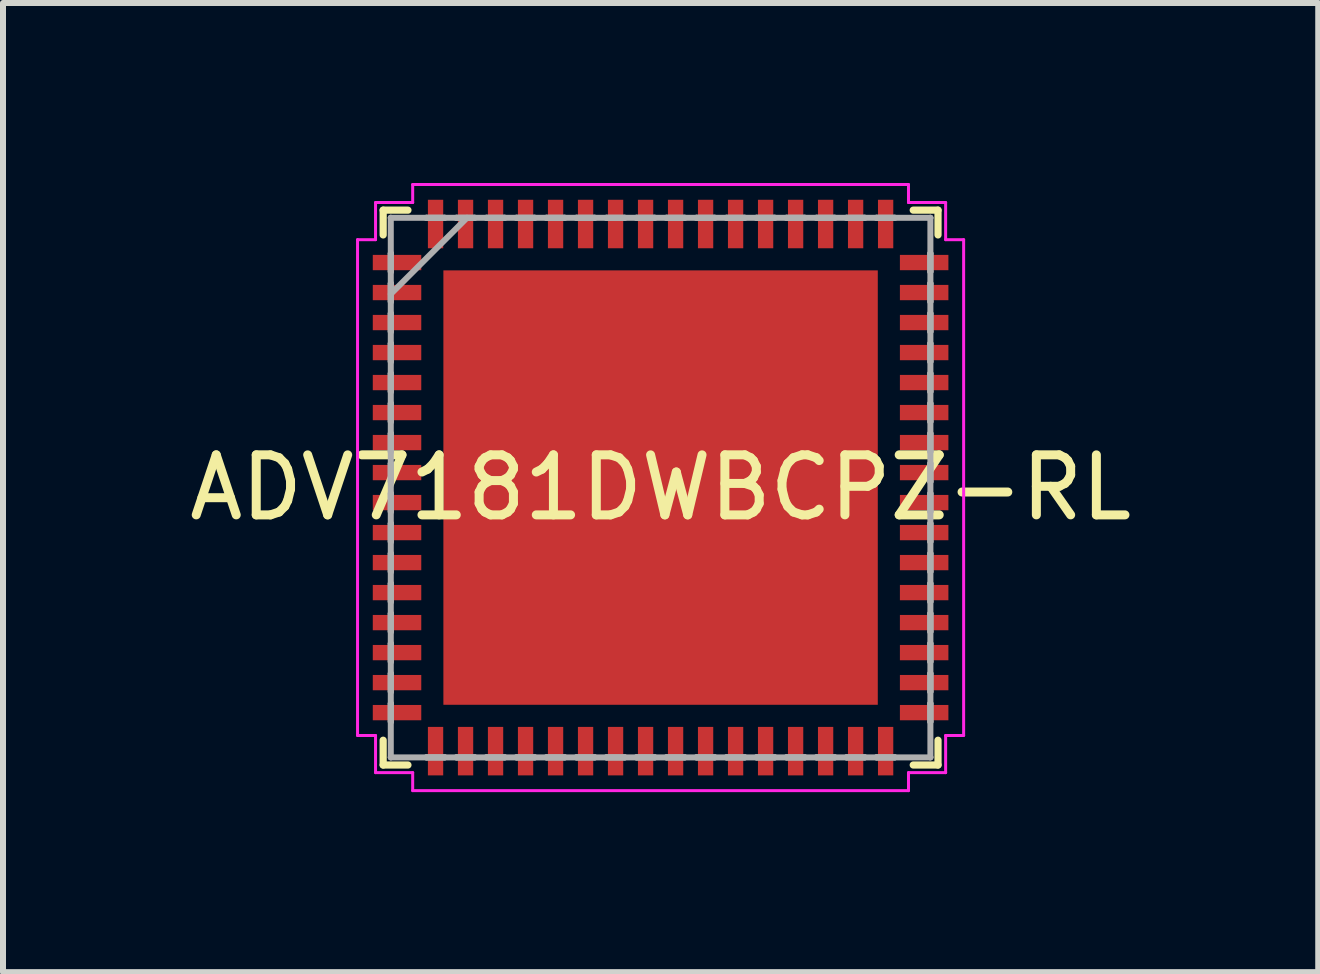
<source format=kicad_pcb>
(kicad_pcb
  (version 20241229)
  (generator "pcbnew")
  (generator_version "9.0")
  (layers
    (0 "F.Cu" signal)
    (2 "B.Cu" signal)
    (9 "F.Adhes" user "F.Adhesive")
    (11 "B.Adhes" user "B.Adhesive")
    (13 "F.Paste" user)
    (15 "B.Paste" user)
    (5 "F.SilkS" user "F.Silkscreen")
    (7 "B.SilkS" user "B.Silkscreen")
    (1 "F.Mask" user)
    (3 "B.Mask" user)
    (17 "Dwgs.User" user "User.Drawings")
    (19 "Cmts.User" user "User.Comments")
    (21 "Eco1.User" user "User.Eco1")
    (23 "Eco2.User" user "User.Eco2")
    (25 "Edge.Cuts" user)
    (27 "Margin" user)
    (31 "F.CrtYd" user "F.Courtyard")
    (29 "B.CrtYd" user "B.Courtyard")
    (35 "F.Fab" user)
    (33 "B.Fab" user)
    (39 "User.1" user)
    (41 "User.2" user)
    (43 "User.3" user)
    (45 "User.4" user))
  (footprint "ADV7181DWBCPZ-RL"
    (layer "F.Cu")
    (at 7.958 5.075)
    (property "Reference" "ADV7181DWBCPZ-RL" (at 0 0 0) (layer "F.SilkS") (effects (font (size 1 1) (thickness 0.15))))
    (attr through_hole)
    (fp_line (start -4.623 -4.623) (end -4.623 -4.21) (stroke (width 0.12) (type solid)) (layer "F.SilkS"))
    (fp_line (start -4.623 4.21) (end -4.623 4.623) (stroke (width 0.12) (type solid)) (layer "F.SilkS"))
    (fp_line (start -4.623 4.623) (end -4.21 4.623) (stroke (width 0.12) (type solid)) (layer "F.SilkS"))
    (fp_line (start -4.21 -4.623) (end -4.623 -4.623) (stroke (width 0.12) (type solid)) (layer "F.SilkS"))
    (fp_line (start 4.21 4.623) (end 4.623 4.623) (stroke (width 0.12) (type solid)) (layer "F.SilkS"))
    (fp_line (start 4.623 -4.623) (end 4.21 -4.623) (stroke (width 0.12) (type solid)) (layer "F.SilkS"))
    (fp_line (start 4.623 -4.21) (end 4.623 -4.623) (stroke (width 0.12) (type solid)) (layer "F.SilkS"))
    (fp_line (start 4.623 4.623) (end 4.623 4.21) (stroke (width 0.12) (type solid)) (layer "F.SilkS"))
    (fp_poly (pts (xy -3.519 -3.519) (xy -3.519 -2.272) (xy -2.272 -2.272) (xy -2.272 -3.519)) (stroke (width 0.1) (type solid)) (fill yes) (layer "F.Paste"))
    (fp_poly (pts (xy -3.519 -2.072) (xy -3.519 -0.824) (xy -2.272 -0.824) (xy -2.272 -2.072)) (stroke (width 0.1) (type solid)) (fill yes) (layer "F.Paste"))
    (fp_poly (pts (xy -3.519 -0.624) (xy -3.519 0.624) (xy -2.272 0.624) (xy -2.272 -0.624)) (stroke (width 0.1) (type solid)) (fill yes) (layer "F.Paste"))
    (fp_poly (pts (xy -3.519 0.824) (xy -3.519 2.072) (xy -2.272 2.072) (xy -2.272 0.824)) (stroke (width 0.1) (type solid)) (fill yes) (layer "F.Paste"))
    (fp_poly (pts (xy -3.519 2.272) (xy -3.519 3.519) (xy -2.272 3.519) (xy -2.272 2.272)) (stroke (width 0.1) (type solid)) (fill yes) (layer "F.Paste"))
    (fp_poly (pts (xy -2.072 -3.519) (xy -2.072 -2.272) (xy -0.824 -2.272) (xy -0.824 -3.519)) (stroke (width 0.1) (type solid)) (fill yes) (layer "F.Paste"))
    (fp_poly (pts (xy -2.072 -2.072) (xy -2.072 -0.824) (xy -0.824 -0.824) (xy -0.824 -2.072)) (stroke (width 0.1) (type solid)) (fill yes) (layer "F.Paste"))
    (fp_poly (pts (xy -2.072 -0.624) (xy -2.072 0.624) (xy -0.824 0.624) (xy -0.824 -0.624)) (stroke (width 0.1) (type solid)) (fill yes) (layer "F.Paste"))
    (fp_poly (pts (xy -2.072 0.824) (xy -2.072 2.072) (xy -0.824 2.072) (xy -0.824 0.824)) (stroke (width 0.1) (type solid)) (fill yes) (layer "F.Paste"))
    (fp_poly (pts (xy -2.072 2.272) (xy -2.072 3.519) (xy -0.824 3.519) (xy -0.824 2.272)) (stroke (width 0.1) (type solid)) (fill yes) (layer "F.Paste"))
    (fp_poly (pts (xy -0.624 -3.519) (xy -0.624 -2.272) (xy 0.624 -2.272) (xy 0.624 -3.519)) (stroke (width 0.1) (type solid)) (fill yes) (layer "F.Paste"))
    (fp_poly (pts (xy -0.624 -2.072) (xy -0.624 -0.824) (xy 0.624 -0.824) (xy 0.624 -2.072)) (stroke (width 0.1) (type solid)) (fill yes) (layer "F.Paste"))
    (fp_poly (pts (xy -0.624 -0.624) (xy -0.624 0.624) (xy 0.624 0.624) (xy 0.624 -0.624)) (stroke (width 0.1) (type solid)) (fill yes) (layer "F.Paste"))
    (fp_poly (pts (xy -0.624 0.824) (xy -0.624 2.072) (xy 0.624 2.072) (xy 0.624 0.824)) (stroke (width 0.1) (type solid)) (fill yes) (layer "F.Paste"))
    (fp_poly (pts (xy -0.624 2.272) (xy -0.624 3.519) (xy 0.624 3.519) (xy 0.624 2.272)) (stroke (width 0.1) (type solid)) (fill yes) (layer "F.Paste"))
    (fp_poly (pts (xy 0.824 -3.519) (xy 0.824 -2.272) (xy 2.072 -2.272) (xy 2.072 -3.519)) (stroke (width 0.1) (type solid)) (fill yes) (layer "F.Paste"))
    (fp_poly (pts (xy 0.824 -2.072) (xy 0.824 -0.824) (xy 2.072 -0.824) (xy 2.072 -2.072)) (stroke (width 0.1) (type solid)) (fill yes) (layer "F.Paste"))
    (fp_poly (pts (xy 0.824 -0.624) (xy 0.824 0.624) (xy 2.072 0.624) (xy 2.072 -0.624)) (stroke (width 0.1) (type solid)) (fill yes) (layer "F.Paste"))
    (fp_poly (pts (xy 0.824 0.824) (xy 0.824 2.072) (xy 2.072 2.072) (xy 2.072 0.824)) (stroke (width 0.1) (type solid)) (fill yes) (layer "F.Paste"))
    (fp_poly (pts (xy 0.824 2.272) (xy 0.824 3.519) (xy 2.072 3.519) (xy 2.072 2.272)) (stroke (width 0.1) (type solid)) (fill yes) (layer "F.Paste"))
    (fp_poly (pts (xy 2.272 -3.519) (xy 2.272 -2.272) (xy 3.519 -2.272) (xy 3.519 -3.519)) (stroke (width 0.1) (type solid)) (fill yes) (layer "F.Paste"))
    (fp_poly (pts (xy 2.272 -2.072) (xy 2.272 -0.824) (xy 3.519 -0.824) (xy 3.519 -2.072)) (stroke (width 0.1) (type solid)) (fill yes) (layer "F.Paste"))
    (fp_poly (pts (xy 2.272 -0.624) (xy 2.272 0.624) (xy 3.519 0.624) (xy 3.519 -0.624)) (stroke (width 0.1) (type solid)) (fill yes) (layer "F.Paste"))
    (fp_poly (pts (xy 2.272 0.824) (xy 2.272 2.072) (xy 3.519 2.072) (xy 3.519 0.824)) (stroke (width 0.1) (type solid)) (fill yes) (layer "F.Paste"))
    (fp_poly (pts (xy 2.272 2.272) (xy 2.272 3.519) (xy 3.519 3.519) (xy 3.519 2.272)) (stroke (width 0.1) (type solid)) (fill yes) (layer "F.Paste"))
    (fp_line (start -5.05 -4.131) (end -4.75 -4.131) (stroke (width 0.05) (type solid)) (layer "F.CrtYd"))
    (fp_line (start -5.05 4.131) (end -5.05 -4.131) (stroke (width 0.05) (type solid)) (layer "F.CrtYd"))
    (fp_line (start -4.75 -4.75) (end -4.131 -4.75) (stroke (width 0.05) (type solid)) (layer "F.CrtYd"))
    (fp_line (start -4.75 -4.131) (end -4.75 -4.75) (stroke (width 0.05) (type solid)) (layer "F.CrtYd"))
    (fp_line (start -4.75 4.131) (end -5.05 4.131) (stroke (width 0.05) (type solid)) (layer "F.CrtYd"))
    (fp_line (start -4.75 4.75) (end -4.75 4.131) (stroke (width 0.05) (type solid)) (layer "F.CrtYd"))
    (fp_line (start -4.131 -5.05) (end 4.131 -5.05) (stroke (width 0.05) (type solid)) (layer "F.CrtYd"))
    (fp_line (start -4.131 -4.75) (end -4.131 -5.05) (stroke (width 0.05) (type solid)) (layer "F.CrtYd"))
    (fp_line (start -4.131 4.75) (end -4.75 4.75) (stroke (width 0.05) (type solid)) (layer "F.CrtYd"))
    (fp_line (start -4.131 5.05) (end -4.131 4.75) (stroke (width 0.05) (type solid)) (layer "F.CrtYd"))
    (fp_line (start 4.131 -5.05) (end 4.131 -4.75) (stroke (width 0.05) (type solid)) (layer "F.CrtYd"))
    (fp_line (start 4.131 -4.75) (end 4.75 -4.75) (stroke (width 0.05) (type solid)) (layer "F.CrtYd"))
    (fp_line (start 4.131 4.75) (end 4.131 5.05) (stroke (width 0.05) (type solid)) (layer "F.CrtYd"))
    (fp_line (start 4.131 5.05) (end -4.131 5.05) (stroke (width 0.05) (type solid)) (layer "F.CrtYd"))
    (fp_line (start 4.75 -4.75) (end 4.75 -4.131) (stroke (width 0.05) (type solid)) (layer "F.CrtYd"))
    (fp_line (start 4.75 -4.131) (end 5.05 -4.131) (stroke (width 0.05) (type solid)) (layer "F.CrtYd"))
    (fp_line (start 4.75 4.131) (end 4.75 4.75) (stroke (width 0.05) (type solid)) (layer "F.CrtYd"))
    (fp_line (start 4.75 4.75) (end 4.131 4.75) (stroke (width 0.05) (type solid)) (layer "F.CrtYd"))
    (fp_line (start 5.05 -4.131) (end 5.05 4.131) (stroke (width 0.05) (type solid)) (layer "F.CrtYd"))
    (fp_line (start 5.05 4.131) (end 4.75 4.131) (stroke (width 0.05) (type solid)) (layer "F.CrtYd"))
    (fp_line (start -4.496 -4.496) (end -4.496 -4.496) (stroke (width 0.1) (type solid)) (layer "F.Fab"))
    (fp_line (start -4.496 -4.496) (end -4.496 4.496) (stroke (width 0.1) (type solid)) (layer "F.Fab"))
    (fp_line (start -4.496 -3.902) (end -4.496 -3.902) (stroke (width 0.1) (type solid)) (layer "F.Fab"))
    (fp_line (start -4.496 -3.902) (end -4.496 -3.598) (stroke (width 0.1) (type solid)) (layer "F.Fab"))
    (fp_line (start -4.496 -3.598) (end -4.496 -3.902) (stroke (width 0.1) (type solid)) (layer "F.Fab"))
    (fp_line (start -4.496 -3.598) (end -4.496 -3.598) (stroke (width 0.1) (type solid)) (layer "F.Fab"))
    (fp_line (start -4.496 -3.402) (end -4.496 -3.402) (stroke (width 0.1) (type solid)) (layer "F.Fab"))
    (fp_line (start -4.496 -3.402) (end -4.496 -3.098) (stroke (width 0.1) (type solid)) (layer "F.Fab"))
    (fp_line (start -4.496 -3.226) (end -3.226 -4.496) (stroke (width 0.1) (type solid)) (layer "F.Fab"))
    (fp_line (start -4.496 -3.098) (end -4.496 -3.402) (stroke (width 0.1) (type solid)) (layer "F.Fab"))
    (fp_line (start -4.496 -3.098) (end -4.496 -3.098) (stroke (width 0.1) (type solid)) (layer "F.Fab"))
    (fp_line (start -4.496 -2.902) (end -4.496 -2.902) (stroke (width 0.1) (type solid)) (layer "F.Fab"))
    (fp_line (start -4.496 -2.902) (end -4.496 -2.598) (stroke (width 0.1) (type solid)) (layer "F.Fab"))
    (fp_line (start -4.496 -2.598) (end -4.496 -2.902) (stroke (width 0.1) (type solid)) (layer "F.Fab"))
    (fp_line (start -4.496 -2.598) (end -4.496 -2.598) (stroke (width 0.1) (type solid)) (layer "F.Fab"))
    (fp_line (start -4.496 -2.402) (end -4.496 -2.402) (stroke (width 0.1) (type solid)) (layer "F.Fab"))
    (fp_line (start -4.496 -2.402) (end -4.496 -2.098) (stroke (width 0.1) (type solid)) (layer "F.Fab"))
    (fp_line (start -4.496 -2.098) (end -4.496 -2.402) (stroke (width 0.1) (type solid)) (layer "F.Fab"))
    (fp_line (start -4.496 -2.098) (end -4.496 -2.098) (stroke (width 0.1) (type solid)) (layer "F.Fab"))
    (fp_line (start -4.496 -1.902) (end -4.496 -1.902) (stroke (width 0.1) (type solid)) (layer "F.Fab"))
    (fp_line (start -4.496 -1.902) (end -4.496 -1.598) (stroke (width 0.1) (type solid)) (layer "F.Fab"))
    (fp_line (start -4.496 -1.598) (end -4.496 -1.902) (stroke (width 0.1) (type solid)) (layer "F.Fab"))
    (fp_line (start -4.496 -1.598) (end -4.496 -1.598) (stroke (width 0.1) (type solid)) (layer "F.Fab"))
    (fp_line (start -4.496 -1.402) (end -4.496 -1.402) (stroke (width 0.1) (type solid)) (layer "F.Fab"))
    (fp_line (start -4.496 -1.402) (end -4.496 -1.098) (stroke (width 0.1) (type solid)) (layer "F.Fab"))
    (fp_line (start -4.496 -1.098) (end -4.496 -1.402) (stroke (width 0.1) (type solid)) (layer "F.Fab"))
    (fp_line (start -4.496 -1.098) (end -4.496 -1.098) (stroke (width 0.1) (type solid)) (layer "F.Fab"))
    (fp_line (start -4.496 -0.902) (end -4.496 -0.902) (stroke (width 0.1) (type solid)) (layer "F.Fab"))
    (fp_line (start -4.496 -0.902) (end -4.496 -0.598) (stroke (width 0.1) (type solid)) (layer "F.Fab"))
    (fp_line (start -4.496 -0.598) (end -4.496 -0.902) (stroke (width 0.1) (type solid)) (layer "F.Fab"))
    (fp_line (start -4.496 -0.598) (end -4.496 -0.598) (stroke (width 0.1) (type solid)) (layer "F.Fab"))
    (fp_line (start -4.496 -0.402) (end -4.496 -0.402) (stroke (width 0.1) (type solid)) (layer "F.Fab"))
    (fp_line (start -4.496 -0.402) (end -4.496 -0.098) (stroke (width 0.1) (type solid)) (layer "F.Fab"))
    (fp_line (start -4.496 -0.098) (end -4.496 -0.402) (stroke (width 0.1) (type solid)) (layer "F.Fab"))
    (fp_line (start -4.496 -0.098) (end -4.496 -0.098) (stroke (width 0.1) (type solid)) (layer "F.Fab"))
    (fp_line (start -4.496 0.098) (end -4.496 0.098) (stroke (width 0.1) (type solid)) (layer "F.Fab"))
    (fp_line (start -4.496 0.098) (end -4.496 0.402) (stroke (width 0.1) (type solid)) (layer "F.Fab"))
    (fp_line (start -4.496 0.402) (end -4.496 0.098) (stroke (width 0.1) (type solid)) (layer "F.Fab"))
    (fp_line (start -4.496 0.402) (end -4.496 0.402) (stroke (width 0.1) (type solid)) (layer "F.Fab"))
    (fp_line (start -4.496 0.598) (end -4.496 0.598) (stroke (width 0.1) (type solid)) (layer "F.Fab"))
    (fp_line (start -4.496 0.598) (end -4.496 0.902) (stroke (width 0.1) (type solid)) (layer "F.Fab"))
    (fp_line (start -4.496 0.902) (end -4.496 0.598) (stroke (width 0.1) (type solid)) (layer "F.Fab"))
    (fp_line (start -4.496 0.902) (end -4.496 0.902) (stroke (width 0.1) (type solid)) (layer "F.Fab"))
    (fp_line (start -4.496 1.098) (end -4.496 1.098) (stroke (width 0.1) (type solid)) (layer "F.Fab"))
    (fp_line (start -4.496 1.098) (end -4.496 1.402) (stroke (width 0.1) (type solid)) (layer "F.Fab"))
    (fp_line (start -4.496 1.402) (end -4.496 1.098) (stroke (width 0.1) (type solid)) (layer "F.Fab"))
    (fp_line (start -4.496 1.402) (end -4.496 1.402) (stroke (width 0.1) (type solid)) (layer "F.Fab"))
    (fp_line (start -4.496 1.598) (end -4.496 1.598) (stroke (width 0.1) (type solid)) (layer "F.Fab"))
    (fp_line (start -4.496 1.598) (end -4.496 1.902) (stroke (width 0.1) (type solid)) (layer "F.Fab"))
    (fp_line (start -4.496 1.902) (end -4.496 1.598) (stroke (width 0.1) (type solid)) (layer "F.Fab"))
    (fp_line (start -4.496 1.902) (end -4.496 1.902) (stroke (width 0.1) (type solid)) (layer "F.Fab"))
    (fp_line (start -4.496 2.098) (end -4.496 2.098) (stroke (width 0.1) (type solid)) (layer "F.Fab"))
    (fp_line (start -4.496 2.098) (end -4.496 2.402) (stroke (width 0.1) (type solid)) (layer "F.Fab"))
    (fp_line (start -4.496 2.402) (end -4.496 2.098) (stroke (width 0.1) (type solid)) (layer "F.Fab"))
    (fp_line (start -4.496 2.402) (end -4.496 2.402) (stroke (width 0.1) (type solid)) (layer "F.Fab"))
    (fp_line (start -4.496 2.598) (end -4.496 2.598) (stroke (width 0.1) (type solid)) (layer "F.Fab"))
    (fp_line (start -4.496 2.598) (end -4.496 2.902) (stroke (width 0.1) (type solid)) (layer "F.Fab"))
    (fp_line (start -4.496 2.902) (end -4.496 2.598) (stroke (width 0.1) (type solid)) (layer "F.Fab"))
    (fp_line (start -4.496 2.902) (end -4.496 2.902) (stroke (width 0.1) (type solid)) (layer "F.Fab"))
    (fp_line (start -4.496 3.098) (end -4.496 3.098) (stroke (width 0.1) (type solid)) (layer "F.Fab"))
    (fp_line (start -4.496 3.098) (end -4.496 3.402) (stroke (width 0.1) (type solid)) (layer "F.Fab"))
    (fp_line (start -4.496 3.402) (end -4.496 3.098) (stroke (width 0.1) (type solid)) (layer "F.Fab"))
    (fp_line (start -4.496 3.402) (end -4.496 3.402) (stroke (width 0.1) (type solid)) (layer "F.Fab"))
    (fp_line (start -4.496 3.598) (end -4.496 3.598) (stroke (width 0.1) (type solid)) (layer "F.Fab"))
    (fp_line (start -4.496 3.598) (end -4.496 3.902) (stroke (width 0.1) (type solid)) (layer "F.Fab"))
    (fp_line (start -4.496 3.902) (end -4.496 3.598) (stroke (width 0.1) (type solid)) (layer "F.Fab"))
    (fp_line (start -4.496 3.902) (end -4.496 3.902) (stroke (width 0.1) (type solid)) (layer "F.Fab"))
    (fp_line (start -4.496 4.496) (end -4.496 4.496) (stroke (width 0.1) (type solid)) (layer "F.Fab"))
    (fp_line (start -4.496 4.496) (end 4.496 4.496) (stroke (width 0.1) (type solid)) (layer "F.Fab"))
    (fp_line (start -3.902 -4.496) (end -3.902 -4.496) (stroke (width 0.1) (type solid)) (layer "F.Fab"))
    (fp_line (start -3.902 -4.496) (end -3.598 -4.496) (stroke (width 0.1) (type solid)) (layer "F.Fab"))
    (fp_line (start -3.902 4.496) (end -3.902 4.496) (stroke (width 0.1) (type solid)) (layer "F.Fab"))
    (fp_line (start -3.902 4.496) (end -3.598 4.496) (stroke (width 0.1) (type solid)) (layer "F.Fab"))
    (fp_line (start -3.598 -4.496) (end -3.902 -4.496) (stroke (width 0.1) (type solid)) (layer "F.Fab"))
    (fp_line (start -3.598 -4.496) (end -3.598 -4.496) (stroke (width 0.1) (type solid)) (layer "F.Fab"))
    (fp_line (start -3.598 4.496) (end -3.902 4.496) (stroke (width 0.1) (type solid)) (layer "F.Fab"))
    (fp_line (start -3.598 4.496) (end -3.598 4.496) (stroke (width 0.1) (type solid)) (layer "F.Fab"))
    (fp_line (start -3.402 -4.496) (end -3.402 -4.496) (stroke (width 0.1) (type solid)) (layer "F.Fab"))
    (fp_line (start -3.402 -4.496) (end -3.098 -4.496) (stroke (width 0.1) (type solid)) (layer "F.Fab"))
    (fp_line (start -3.402 4.496) (end -3.402 4.496) (stroke (width 0.1) (type solid)) (layer "F.Fab"))
    (fp_line (start -3.402 4.496) (end -3.098 4.496) (stroke (width 0.1) (type solid)) (layer "F.Fab"))
    (fp_line (start -3.098 -4.496) (end -3.402 -4.496) (stroke (width 0.1) (type solid)) (layer "F.Fab"))
    (fp_line (start -3.098 -4.496) (end -3.098 -4.496) (stroke (width 0.1) (type solid)) (layer "F.Fab"))
    (fp_line (start -3.098 4.496) (end -3.402 4.496) (stroke (width 0.1) (type solid)) (layer "F.Fab"))
    (fp_line (start -3.098 4.496) (end -3.098 4.496) (stroke (width 0.1) (type solid)) (layer "F.Fab"))
    (fp_line (start -2.902 -4.496) (end -2.902 -4.496) (stroke (width 0.1) (type solid)) (layer "F.Fab"))
    (fp_line (start -2.902 -4.496) (end -2.598 -4.496) (stroke (width 0.1) (type solid)) (layer "F.Fab"))
    (fp_line (start -2.902 4.496) (end -2.902 4.496) (stroke (width 0.1) (type solid)) (layer "F.Fab"))
    (fp_line (start -2.902 4.496) (end -2.598 4.496) (stroke (width 0.1) (type solid)) (layer "F.Fab"))
    (fp_line (start -2.598 -4.496) (end -2.902 -4.496) (stroke (width 0.1) (type solid)) (layer "F.Fab"))
    (fp_line (start -2.598 -4.496) (end -2.598 -4.496) (stroke (width 0.1) (type solid)) (layer "F.Fab"))
    (fp_line (start -2.598 4.496) (end -2.902 4.496) (stroke (width 0.1) (type solid)) (layer "F.Fab"))
    (fp_line (start -2.598 4.496) (end -2.598 4.496) (stroke (width 0.1) (type solid)) (layer "F.Fab"))
    (fp_line (start -2.402 -4.496) (end -2.402 -4.496) (stroke (width 0.1) (type solid)) (layer "F.Fab"))
    (fp_line (start -2.402 -4.496) (end -2.098 -4.496) (stroke (width 0.1) (type solid)) (layer "F.Fab"))
    (fp_line (start -2.402 4.496) (end -2.402 4.496) (stroke (width 0.1) (type solid)) (layer "F.Fab"))
    (fp_line (start -2.402 4.496) (end -2.098 4.496) (stroke (width 0.1) (type solid)) (layer "F.Fab"))
    (fp_line (start -2.098 -4.496) (end -2.402 -4.496) (stroke (width 0.1) (type solid)) (layer "F.Fab"))
    (fp_line (start -2.098 -4.496) (end -2.098 -4.496) (stroke (width 0.1) (type solid)) (layer "F.Fab"))
    (fp_line (start -2.098 4.496) (end -2.402 4.496) (stroke (width 0.1) (type solid)) (layer "F.Fab"))
    (fp_line (start -2.098 4.496) (end -2.098 4.496) (stroke (width 0.1) (type solid)) (layer "F.Fab"))
    (fp_line (start -1.902 -4.496) (end -1.902 -4.496) (stroke (width 0.1) (type solid)) (layer "F.Fab"))
    (fp_line (start -1.902 -4.496) (end -1.598 -4.496) (stroke (width 0.1) (type solid)) (layer "F.Fab"))
    (fp_line (start -1.902 4.496) (end -1.902 4.496) (stroke (width 0.1) (type solid)) (layer "F.Fab"))
    (fp_line (start -1.902 4.496) (end -1.598 4.496) (stroke (width 0.1) (type solid)) (layer "F.Fab"))
    (fp_line (start -1.598 -4.496) (end -1.902 -4.496) (stroke (width 0.1) (type solid)) (layer "F.Fab"))
    (fp_line (start -1.598 -4.496) (end -1.598 -4.496) (stroke (width 0.1) (type solid)) (layer "F.Fab"))
    (fp_line (start -1.598 4.496) (end -1.902 4.496) (stroke (width 0.1) (type solid)) (layer "F.Fab"))
    (fp_line (start -1.598 4.496) (end -1.598 4.496) (stroke (width 0.1) (type solid)) (layer "F.Fab"))
    (fp_line (start -1.402 -4.496) (end -1.402 -4.496) (stroke (width 0.1) (type solid)) (layer "F.Fab"))
    (fp_line (start -1.402 -4.496) (end -1.098 -4.496) (stroke (width 0.1) (type solid)) (layer "F.Fab"))
    (fp_line (start -1.402 4.496) (end -1.402 4.496) (stroke (width 0.1) (type solid)) (layer "F.Fab"))
    (fp_line (start -1.402 4.496) (end -1.098 4.496) (stroke (width 0.1) (type solid)) (layer "F.Fab"))
    (fp_line (start -1.098 -4.496) (end -1.402 -4.496) (stroke (width 0.1) (type solid)) (layer "F.Fab"))
    (fp_line (start -1.098 -4.496) (end -1.098 -4.496) (stroke (width 0.1) (type solid)) (layer "F.Fab"))
    (fp_line (start -1.098 4.496) (end -1.402 4.496) (stroke (width 0.1) (type solid)) (layer "F.Fab"))
    (fp_line (start -1.098 4.496) (end -1.098 4.496) (stroke (width 0.1) (type solid)) (layer "F.Fab"))
    (fp_line (start -0.902 -4.496) (end -0.902 -4.496) (stroke (width 0.1) (type solid)) (layer "F.Fab"))
    (fp_line (start -0.902 -4.496) (end -0.598 -4.496) (stroke (width 0.1) (type solid)) (layer "F.Fab"))
    (fp_line (start -0.902 4.496) (end -0.902 4.496) (stroke (width 0.1) (type solid)) (layer "F.Fab"))
    (fp_line (start -0.902 4.496) (end -0.598 4.496) (stroke (width 0.1) (type solid)) (layer "F.Fab"))
    (fp_line (start -0.598 -4.496) (end -0.902 -4.496) (stroke (width 0.1) (type solid)) (layer "F.Fab"))
    (fp_line (start -0.598 -4.496) (end -0.598 -4.496) (stroke (width 0.1) (type solid)) (layer "F.Fab"))
    (fp_line (start -0.598 4.496) (end -0.902 4.496) (stroke (width 0.1) (type solid)) (layer "F.Fab"))
    (fp_line (start -0.598 4.496) (end -0.598 4.496) (stroke (width 0.1) (type solid)) (layer "F.Fab"))
    (fp_line (start -0.402 -4.496) (end -0.402 -4.496) (stroke (width 0.1) (type solid)) (layer "F.Fab"))
    (fp_line (start -0.402 -4.496) (end -0.098 -4.496) (stroke (width 0.1) (type solid)) (layer "F.Fab"))
    (fp_line (start -0.402 4.496) (end -0.402 4.496) (stroke (width 0.1) (type solid)) (layer "F.Fab"))
    (fp_line (start -0.402 4.496) (end -0.098 4.496) (stroke (width 0.1) (type solid)) (layer "F.Fab"))
    (fp_line (start -0.098 -4.496) (end -0.402 -4.496) (stroke (width 0.1) (type solid)) (layer "F.Fab"))
    (fp_line (start -0.098 -4.496) (end -0.098 -4.496) (stroke (width 0.1) (type solid)) (layer "F.Fab"))
    (fp_line (start -0.098 4.496) (end -0.402 4.496) (stroke (width 0.1) (type solid)) (layer "F.Fab"))
    (fp_line (start -0.098 4.496) (end -0.098 4.496) (stroke (width 0.1) (type solid)) (layer "F.Fab"))
    (fp_line (start 0.098 -4.496) (end 0.098 -4.496) (stroke (width 0.1) (type solid)) (layer "F.Fab"))
    (fp_line (start 0.098 -4.496) (end 0.402 -4.496) (stroke (width 0.1) (type solid)) (layer "F.Fab"))
    (fp_line (start 0.098 4.496) (end 0.098 4.496) (stroke (width 0.1) (type solid)) (layer "F.Fab"))
    (fp_line (start 0.098 4.496) (end 0.402 4.496) (stroke (width 0.1) (type solid)) (layer "F.Fab"))
    (fp_line (start 0.402 -4.496) (end 0.098 -4.496) (stroke (width 0.1) (type solid)) (layer "F.Fab"))
    (fp_line (start 0.402 -4.496) (end 0.402 -4.496) (stroke (width 0.1) (type solid)) (layer "F.Fab"))
    (fp_line (start 0.402 4.496) (end 0.098 4.496) (stroke (width 0.1) (type solid)) (layer "F.Fab"))
    (fp_line (start 0.402 4.496) (end 0.402 4.496) (stroke (width 0.1) (type solid)) (layer "F.Fab"))
    (fp_line (start 0.598 -4.496) (end 0.598 -4.496) (stroke (width 0.1) (type solid)) (layer "F.Fab"))
    (fp_line (start 0.598 -4.496) (end 0.902 -4.496) (stroke (width 0.1) (type solid)) (layer "F.Fab"))
    (fp_line (start 0.598 4.496) (end 0.598 4.496) (stroke (width 0.1) (type solid)) (layer "F.Fab"))
    (fp_line (start 0.598 4.496) (end 0.902 4.496) (stroke (width 0.1) (type solid)) (layer "F.Fab"))
    (fp_line (start 0.902 -4.496) (end 0.598 -4.496) (stroke (width 0.1) (type solid)) (layer "F.Fab"))
    (fp_line (start 0.902 -4.496) (end 0.902 -4.496) (stroke (width 0.1) (type solid)) (layer "F.Fab"))
    (fp_line (start 0.902 4.496) (end 0.598 4.496) (stroke (width 0.1) (type solid)) (layer "F.Fab"))
    (fp_line (start 0.902 4.496) (end 0.902 4.496) (stroke (width 0.1) (type solid)) (layer "F.Fab"))
    (fp_line (start 1.098 -4.496) (end 1.098 -4.496) (stroke (width 0.1) (type solid)) (layer "F.Fab"))
    (fp_line (start 1.098 -4.496) (end 1.402 -4.496) (stroke (width 0.1) (type solid)) (layer "F.Fab"))
    (fp_line (start 1.098 4.496) (end 1.098 4.496) (stroke (width 0.1) (type solid)) (layer "F.Fab"))
    (fp_line (start 1.098 4.496) (end 1.402 4.496) (stroke (width 0.1) (type solid)) (layer "F.Fab"))
    (fp_line (start 1.402 -4.496) (end 1.098 -4.496) (stroke (width 0.1) (type solid)) (layer "F.Fab"))
    (fp_line (start 1.402 -4.496) (end 1.402 -4.496) (stroke (width 0.1) (type solid)) (layer "F.Fab"))
    (fp_line (start 1.402 4.496) (end 1.098 4.496) (stroke (width 0.1) (type solid)) (layer "F.Fab"))
    (fp_line (start 1.402 4.496) (end 1.402 4.496) (stroke (width 0.1) (type solid)) (layer "F.Fab"))
    (fp_line (start 1.598 -4.496) (end 1.598 -4.496) (stroke (width 0.1) (type solid)) (layer "F.Fab"))
    (fp_line (start 1.598 -4.496) (end 1.902 -4.496) (stroke (width 0.1) (type solid)) (layer "F.Fab"))
    (fp_line (start 1.598 4.496) (end 1.598 4.496) (stroke (width 0.1) (type solid)) (layer "F.Fab"))
    (fp_line (start 1.598 4.496) (end 1.902 4.496) (stroke (width 0.1) (type solid)) (layer "F.Fab"))
    (fp_line (start 1.902 -4.496) (end 1.598 -4.496) (stroke (width 0.1) (type solid)) (layer "F.Fab"))
    (fp_line (start 1.902 -4.496) (end 1.902 -4.496) (stroke (width 0.1) (type solid)) (layer "F.Fab"))
    (fp_line (start 1.902 4.496) (end 1.598 4.496) (stroke (width 0.1) (type solid)) (layer "F.Fab"))
    (fp_line (start 1.902 4.496) (end 1.902 4.496) (stroke (width 0.1) (type solid)) (layer "F.Fab"))
    (fp_line (start 2.098 -4.496) (end 2.098 -4.496) (stroke (width 0.1) (type solid)) (layer "F.Fab"))
    (fp_line (start 2.098 -4.496) (end 2.402 -4.496) (stroke (width 0.1) (type solid)) (layer "F.Fab"))
    (fp_line (start 2.098 4.496) (end 2.098 4.496) (stroke (width 0.1) (type solid)) (layer "F.Fab"))
    (fp_line (start 2.098 4.496) (end 2.402 4.496) (stroke (width 0.1) (type solid)) (layer "F.Fab"))
    (fp_line (start 2.402 -4.496) (end 2.098 -4.496) (stroke (width 0.1) (type solid)) (layer "F.Fab"))
    (fp_line (start 2.402 -4.496) (end 2.402 -4.496) (stroke (width 0.1) (type solid)) (layer "F.Fab"))
    (fp_line (start 2.402 4.496) (end 2.098 4.496) (stroke (width 0.1) (type solid)) (layer "F.Fab"))
    (fp_line (start 2.402 4.496) (end 2.402 4.496) (stroke (width 0.1) (type solid)) (layer "F.Fab"))
    (fp_line (start 2.598 -4.496) (end 2.598 -4.496) (stroke (width 0.1) (type solid)) (layer "F.Fab"))
    (fp_line (start 2.598 -4.496) (end 2.902 -4.496) (stroke (width 0.1) (type solid)) (layer "F.Fab"))
    (fp_line (start 2.598 4.496) (end 2.598 4.496) (stroke (width 0.1) (type solid)) (layer "F.Fab"))
    (fp_line (start 2.598 4.496) (end 2.902 4.496) (stroke (width 0.1) (type solid)) (layer "F.Fab"))
    (fp_line (start 2.902 -4.496) (end 2.598 -4.496) (stroke (width 0.1) (type solid)) (layer "F.Fab"))
    (fp_line (start 2.902 -4.496) (end 2.902 -4.496) (stroke (width 0.1) (type solid)) (layer "F.Fab"))
    (fp_line (start 2.902 4.496) (end 2.598 4.496) (stroke (width 0.1) (type solid)) (layer "F.Fab"))
    (fp_line (start 2.902 4.496) (end 2.902 4.496) (stroke (width 0.1) (type solid)) (layer "F.Fab"))
    (fp_line (start 3.098 -4.496) (end 3.098 -4.496) (stroke (width 0.1) (type solid)) (layer "F.Fab"))
    (fp_line (start 3.098 -4.496) (end 3.402 -4.496) (stroke (width 0.1) (type solid)) (layer "F.Fab"))
    (fp_line (start 3.098 4.496) (end 3.098 4.496) (stroke (width 0.1) (type solid)) (layer "F.Fab"))
    (fp_line (start 3.098 4.496) (end 3.402 4.496) (stroke (width 0.1) (type solid)) (layer "F.Fab"))
    (fp_line (start 3.402 -4.496) (end 3.098 -4.496) (stroke (width 0.1) (type solid)) (layer "F.Fab"))
    (fp_line (start 3.402 -4.496) (end 3.402 -4.496) (stroke (width 0.1) (type solid)) (layer "F.Fab"))
    (fp_line (start 3.402 4.496) (end 3.098 4.496) (stroke (width 0.1) (type solid)) (layer "F.Fab"))
    (fp_line (start 3.402 4.496) (end 3.402 4.496) (stroke (width 0.1) (type solid)) (layer "F.Fab"))
    (fp_line (start 3.598 -4.496) (end 3.598 -4.496) (stroke (width 0.1) (type solid)) (layer "F.Fab"))
    (fp_line (start 3.598 -4.496) (end 3.902 -4.496) (stroke (width 0.1) (type solid)) (layer "F.Fab"))
    (fp_line (start 3.598 4.496) (end 3.598 4.496) (stroke (width 0.1) (type solid)) (layer "F.Fab"))
    (fp_line (start 3.598 4.496) (end 3.902 4.496) (stroke (width 0.1) (type solid)) (layer "F.Fab"))
    (fp_line (start 3.902 -4.496) (end 3.598 -4.496) (stroke (width 0.1) (type solid)) (layer "F.Fab"))
    (fp_line (start 3.902 -4.496) (end 3.902 -4.496) (stroke (width 0.1) (type solid)) (layer "F.Fab"))
    (fp_line (start 3.902 4.496) (end 3.598 4.496) (stroke (width 0.1) (type solid)) (layer "F.Fab"))
    (fp_line (start 3.902 4.496) (end 3.902 4.496) (stroke (width 0.1) (type solid)) (layer "F.Fab"))
    (fp_line (start 4.496 -4.496) (end -4.496 -4.496) (stroke (width 0.1) (type solid)) (layer "F.Fab"))
    (fp_line (start 4.496 -4.496) (end 4.496 -4.496) (stroke (width 0.1) (type solid)) (layer "F.Fab"))
    (fp_line (start 4.496 -3.902) (end 4.496 -3.902) (stroke (width 0.1) (type solid)) (layer "F.Fab"))
    (fp_line (start 4.496 -3.902) (end 4.496 -3.598) (stroke (width 0.1) (type solid)) (layer "F.Fab"))
    (fp_line (start 4.496 -3.598) (end 4.496 -3.902) (stroke (width 0.1) (type solid)) (layer "F.Fab"))
    (fp_line (start 4.496 -3.598) (end 4.496 -3.598) (stroke (width 0.1) (type solid)) (layer "F.Fab"))
    (fp_line (start 4.496 -3.402) (end 4.496 -3.402) (stroke (width 0.1) (type solid)) (layer "F.Fab"))
    (fp_line (start 4.496 -3.402) (end 4.496 -3.098) (stroke (width 0.1) (type solid)) (layer "F.Fab"))
    (fp_line (start 4.496 -3.098) (end 4.496 -3.402) (stroke (width 0.1) (type solid)) (layer "F.Fab"))
    (fp_line (start 4.496 -3.098) (end 4.496 -3.098) (stroke (width 0.1) (type solid)) (layer "F.Fab"))
    (fp_line (start 4.496 -2.902) (end 4.496 -2.902) (stroke (width 0.1) (type solid)) (layer "F.Fab"))
    (fp_line (start 4.496 -2.902) (end 4.496 -2.598) (stroke (width 0.1) (type solid)) (layer "F.Fab"))
    (fp_line (start 4.496 -2.598) (end 4.496 -2.902) (stroke (width 0.1) (type solid)) (layer "F.Fab"))
    (fp_line (start 4.496 -2.598) (end 4.496 -2.598) (stroke (width 0.1) (type solid)) (layer "F.Fab"))
    (fp_line (start 4.496 -2.402) (end 4.496 -2.402) (stroke (width 0.1) (type solid)) (layer "F.Fab"))
    (fp_line (start 4.496 -2.402) (end 4.496 -2.098) (stroke (width 0.1) (type solid)) (layer "F.Fab"))
    (fp_line (start 4.496 -2.098) (end 4.496 -2.402) (stroke (width 0.1) (type solid)) (layer "F.Fab"))
    (fp_line (start 4.496 -2.098) (end 4.496 -2.098) (stroke (width 0.1) (type solid)) (layer "F.Fab"))
    (fp_line (start 4.496 -1.902) (end 4.496 -1.902) (stroke (width 0.1) (type solid)) (layer "F.Fab"))
    (fp_line (start 4.496 -1.902) (end 4.496 -1.598) (stroke (width 0.1) (type solid)) (layer "F.Fab"))
    (fp_line (start 4.496 -1.598) (end 4.496 -1.902) (stroke (width 0.1) (type solid)) (layer "F.Fab"))
    (fp_line (start 4.496 -1.598) (end 4.496 -1.598) (stroke (width 0.1) (type solid)) (layer "F.Fab"))
    (fp_line (start 4.496 -1.402) (end 4.496 -1.402) (stroke (width 0.1) (type solid)) (layer "F.Fab"))
    (fp_line (start 4.496 -1.402) (end 4.496 -1.098) (stroke (width 0.1) (type solid)) (layer "F.Fab"))
    (fp_line (start 4.496 -1.098) (end 4.496 -1.402) (stroke (width 0.1) (type solid)) (layer "F.Fab"))
    (fp_line (start 4.496 -1.098) (end 4.496 -1.098) (stroke (width 0.1) (type solid)) (layer "F.Fab"))
    (fp_line (start 4.496 -0.902) (end 4.496 -0.902) (stroke (width 0.1) (type solid)) (layer "F.Fab"))
    (fp_line (start 4.496 -0.902) (end 4.496 -0.598) (stroke (width 0.1) (type solid)) (layer "F.Fab"))
    (fp_line (start 4.496 -0.598) (end 4.496 -0.902) (stroke (width 0.1) (type solid)) (layer "F.Fab"))
    (fp_line (start 4.496 -0.598) (end 4.496 -0.598) (stroke (width 0.1) (type solid)) (layer "F.Fab"))
    (fp_line (start 4.496 -0.402) (end 4.496 -0.402) (stroke (width 0.1) (type solid)) (layer "F.Fab"))
    (fp_line (start 4.496 -0.402) (end 4.496 -0.098) (stroke (width 0.1) (type solid)) (layer "F.Fab"))
    (fp_line (start 4.496 -0.098) (end 4.496 -0.402) (stroke (width 0.1) (type solid)) (layer "F.Fab"))
    (fp_line (start 4.496 -0.098) (end 4.496 -0.098) (stroke (width 0.1) (type solid)) (layer "F.Fab"))
    (fp_line (start 4.496 0.098) (end 4.496 0.098) (stroke (width 0.1) (type solid)) (layer "F.Fab"))
    (fp_line (start 4.496 0.098) (end 4.496 0.402) (stroke (width 0.1) (type solid)) (layer "F.Fab"))
    (fp_line (start 4.496 0.402) (end 4.496 0.098) (stroke (width 0.1) (type solid)) (layer "F.Fab"))
    (fp_line (start 4.496 0.402) (end 4.496 0.402) (stroke (width 0.1) (type solid)) (layer "F.Fab"))
    (fp_line (start 4.496 0.598) (end 4.496 0.598) (stroke (width 0.1) (type solid)) (layer "F.Fab"))
    (fp_line (start 4.496 0.598) (end 4.496 0.902) (stroke (width 0.1) (type solid)) (layer "F.Fab"))
    (fp_line (start 4.496 0.902) (end 4.496 0.598) (stroke (width 0.1) (type solid)) (layer "F.Fab"))
    (fp_line (start 4.496 0.902) (end 4.496 0.902) (stroke (width 0.1) (type solid)) (layer "F.Fab"))
    (fp_line (start 4.496 1.098) (end 4.496 1.098) (stroke (width 0.1) (type solid)) (layer "F.Fab"))
    (fp_line (start 4.496 1.098) (end 4.496 1.402) (stroke (width 0.1) (type solid)) (layer "F.Fab"))
    (fp_line (start 4.496 1.402) (end 4.496 1.098) (stroke (width 0.1) (type solid)) (layer "F.Fab"))
    (fp_line (start 4.496 1.402) (end 4.496 1.402) (stroke (width 0.1) (type solid)) (layer "F.Fab"))
    (fp_line (start 4.496 1.598) (end 4.496 1.598) (stroke (width 0.1) (type solid)) (layer "F.Fab"))
    (fp_line (start 4.496 1.598) (end 4.496 1.902) (stroke (width 0.1) (type solid)) (layer "F.Fab"))
    (fp_line (start 4.496 1.902) (end 4.496 1.598) (stroke (width 0.1) (type solid)) (layer "F.Fab"))
    (fp_line (start 4.496 1.902) (end 4.496 1.902) (stroke (width 0.1) (type solid)) (layer "F.Fab"))
    (fp_line (start 4.496 2.098) (end 4.496 2.098) (stroke (width 0.1) (type solid)) (layer "F.Fab"))
    (fp_line (start 4.496 2.098) (end 4.496 2.402) (stroke (width 0.1) (type solid)) (layer "F.Fab"))
    (fp_line (start 4.496 2.402) (end 4.496 2.098) (stroke (width 0.1) (type solid)) (layer "F.Fab"))
    (fp_line (start 4.496 2.402) (end 4.496 2.402) (stroke (width 0.1) (type solid)) (layer "F.Fab"))
    (fp_line (start 4.496 2.598) (end 4.496 2.598) (stroke (width 0.1) (type solid)) (layer "F.Fab"))
    (fp_line (start 4.496 2.598) (end 4.496 2.902) (stroke (width 0.1) (type solid)) (layer "F.Fab"))
    (fp_line (start 4.496 2.902) (end 4.496 2.598) (stroke (width 0.1) (type solid)) (layer "F.Fab"))
    (fp_line (start 4.496 2.902) (end 4.496 2.902) (stroke (width 0.1) (type solid)) (layer "F.Fab"))
    (fp_line (start 4.496 3.098) (end 4.496 3.098) (stroke (width 0.1) (type solid)) (layer "F.Fab"))
    (fp_line (start 4.496 3.098) (end 4.496 3.402) (stroke (width 0.1) (type solid)) (layer "F.Fab"))
    (fp_line (start 4.496 3.402) (end 4.496 3.098) (stroke (width 0.1) (type solid)) (layer "F.Fab"))
    (fp_line (start 4.496 3.402) (end 4.496 3.402) (stroke (width 0.1) (type solid)) (layer "F.Fab"))
    (fp_line (start 4.496 3.598) (end 4.496 3.598) (stroke (width 0.1) (type solid)) (layer "F.Fab"))
    (fp_line (start 4.496 3.598) (end 4.496 3.902) (stroke (width 0.1) (type solid)) (layer "F.Fab"))
    (fp_line (start 4.496 3.902) (end 4.496 3.598) (stroke (width 0.1) (type solid)) (layer "F.Fab"))
    (fp_line (start 4.496 3.902) (end 4.496 3.902) (stroke (width 0.1) (type solid)) (layer "F.Fab"))
    (fp_line (start 4.496 4.496) (end 4.496 -4.496) (stroke (width 0.1) (type solid)) (layer "F.Fab"))
    (fp_line (start 4.496 4.496) (end 4.496 4.496) (stroke (width 0.1) (type solid)) (layer "F.Fab"))
    (pad "1" smd rect (at -4.392 -3.75 90) (size 0.255 0.808) (layers "F.Cu" "F.Mask" "F.Paste"))
    (pad "2" smd rect (at -4.392 -3.25 90) (size 0.255 0.808) (layers "F.Cu" "F.Mask" "F.Paste"))
    (pad "3" smd rect (at -4.392 -2.75 90) (size 0.255 0.808) (layers "F.Cu" "F.Mask" "F.Paste"))
    (pad "4" smd rect (at -4.392 -2.25 90) (size 0.255 0.808) (layers "F.Cu" "F.Mask" "F.Paste"))
    (pad "5" smd rect (at -4.392 -1.75 90) (size 0.255 0.808) (layers "F.Cu" "F.Mask" "F.Paste"))
    (pad "6" smd rect (at -4.392 -1.25 90) (size 0.255 0.808) (layers "F.Cu" "F.Mask" "F.Paste"))
    (pad "7" smd rect (at -4.392 -0.75 90) (size 0.255 0.808) (layers "F.Cu" "F.Mask" "F.Paste"))
    (pad "8" smd rect (at -4.392 -0.25 90) (size 0.255 0.808) (layers "F.Cu" "F.Mask" "F.Paste"))
    (pad "9" smd rect (at -4.392 0.25 90) (size 0.255 0.808) (layers "F.Cu" "F.Mask" "F.Paste"))
    (pad "10" smd rect (at -4.392 0.75 90) (size 0.255 0.808) (layers "F.Cu" "F.Mask" "F.Paste"))
    (pad "11" smd rect (at -4.392 1.25 90) (size 0.255 0.808) (layers "F.Cu" "F.Mask" "F.Paste"))
    (pad "12" smd rect (at -4.392 1.75 90) (size 0.255 0.808) (layers "F.Cu" "F.Mask" "F.Paste"))
    (pad "13" smd rect (at -4.392 2.25 90) (size 0.255 0.808) (layers "F.Cu" "F.Mask" "F.Paste"))
    (pad "14" smd rect (at -4.392 2.75 90) (size 0.255 0.808) (layers "F.Cu" "F.Mask" "F.Paste"))
    (pad "15" smd rect (at -4.392 3.25 90) (size 0.255 0.808) (layers "F.Cu" "F.Mask" "F.Paste"))
    (pad "16" smd rect (at -4.392 3.75 90) (size 0.255 0.808) (layers "F.Cu" "F.Mask" "F.Paste"))
    (pad "17" smd rect (at -3.75 4.392) (size 0.255 0.808) (layers "F.Cu" "F.Mask" "F.Paste"))
    (pad "18" smd rect (at -3.25 4.392) (size 0.255 0.808) (layers "F.Cu" "F.Mask" "F.Paste"))
    (pad "19" smd rect (at -2.75 4.392) (size 0.255 0.808) (layers "F.Cu" "F.Mask" "F.Paste"))
    (pad "20" smd rect (at -2.25 4.392) (size 0.255 0.808) (layers "F.Cu" "F.Mask" "F.Paste"))
    (pad "21" smd rect (at -1.75 4.392) (size 0.255 0.808) (layers "F.Cu" "F.Mask" "F.Paste"))
    (pad "22" smd rect (at -1.25 4.392) (size 0.255 0.808) (layers "F.Cu" "F.Mask" "F.Paste"))
    (pad "23" smd rect (at -0.75 4.392) (size 0.255 0.808) (layers "F.Cu" "F.Mask" "F.Paste"))
    (pad "24" smd rect (at -0.25 4.392) (size 0.255 0.808) (layers "F.Cu" "F.Mask" "F.Paste"))
    (pad "25" smd rect (at 0.25 4.392) (size 0.255 0.808) (layers "F.Cu" "F.Mask" "F.Paste"))
    (pad "26" smd rect (at 0.75 4.392) (size 0.255 0.808) (layers "F.Cu" "F.Mask" "F.Paste"))
    (pad "27" smd rect (at 1.25 4.392) (size 0.255 0.808) (layers "F.Cu" "F.Mask" "F.Paste"))
    (pad "28" smd rect (at 1.75 4.392) (size 0.255 0.808) (layers "F.Cu" "F.Mask" "F.Paste"))
    (pad "29" smd rect (at 2.25 4.392) (size 0.255 0.808) (layers "F.Cu" "F.Mask" "F.Paste"))
    (pad "30" smd rect (at 2.75 4.392) (size 0.255 0.808) (layers "F.Cu" "F.Mask" "F.Paste"))
    (pad "31" smd rect (at 3.25 4.392) (size 0.255 0.808) (layers "F.Cu" "F.Mask" "F.Paste"))
    (pad "32" smd rect (at 3.75 4.392) (size 0.255 0.808) (layers "F.Cu" "F.Mask" "F.Paste"))
    (pad "33" smd rect (at 4.392 3.75 90) (size 0.255 0.808) (layers "F.Cu" "F.Mask" "F.Paste"))
    (pad "34" smd rect (at 4.392 3.25 90) (size 0.255 0.808) (layers "F.Cu" "F.Mask" "F.Paste"))
    (pad "35" smd rect (at 4.392 2.75 90) (size 0.255 0.808) (layers "F.Cu" "F.Mask" "F.Paste"))
    (pad "36" smd rect (at 4.392 2.25 90) (size 0.255 0.808) (layers "F.Cu" "F.Mask" "F.Paste"))
    (pad "37" smd rect (at 4.392 1.75 90) (size 0.255 0.808) (layers "F.Cu" "F.Mask" "F.Paste"))
    (pad "38" smd rect (at 4.392 1.25 90) (size 0.255 0.808) (layers "F.Cu" "F.Mask" "F.Paste"))
    (pad "39" smd rect (at 4.392 0.75 90) (size 0.255 0.808) (layers "F.Cu" "F.Mask" "F.Paste"))
    (pad "40" smd rect (at 4.392 0.25 90) (size 0.255 0.808) (layers "F.Cu" "F.Mask" "F.Paste"))
    (pad "41" smd rect (at 4.392 -0.25 90) (size 0.255 0.808) (layers "F.Cu" "F.Mask" "F.Paste"))
    (pad "42" smd rect (at 4.392 -0.75 90) (size 0.255 0.808) (layers "F.Cu" "F.Mask" "F.Paste"))
    (pad "43" smd rect (at 4.392 -1.25 90) (size 0.255 0.808) (layers "F.Cu" "F.Mask" "F.Paste"))
    (pad "44" smd rect (at 4.392 -1.75 90) (size 0.255 0.808) (layers "F.Cu" "F.Mask" "F.Paste"))
    (pad "45" smd rect (at 4.392 -2.25 90) (size 0.255 0.808) (layers "F.Cu" "F.Mask" "F.Paste"))
    (pad "46" smd rect (at 4.392 -2.75 90) (size 0.255 0.808) (layers "F.Cu" "F.Mask" "F.Paste"))
    (pad "47" smd rect (at 4.392 -3.25 90) (size 0.255 0.808) (layers "F.Cu" "F.Mask" "F.Paste"))
    (pad "48" smd rect (at 4.392 -3.75 90) (size 0.255 0.808) (layers "F.Cu" "F.Mask" "F.Paste"))
    (pad "49" smd rect (at 3.75 -4.392) (size 0.255 0.808) (layers "F.Cu" "F.Mask" "F.Paste"))
    (pad "50" smd rect (at 3.25 -4.392) (size 0.255 0.808) (layers "F.Cu" "F.Mask" "F.Paste"))
    (pad "51" smd rect (at 2.75 -4.392) (size 0.255 0.808) (layers "F.Cu" "F.Mask" "F.Paste"))
    (pad "52" smd rect (at 2.25 -4.392) (size 0.255 0.808) (layers "F.Cu" "F.Mask" "F.Paste"))
    (pad "53" smd rect (at 1.75 -4.392) (size 0.255 0.808) (layers "F.Cu" "F.Mask" "F.Paste"))
    (pad "54" smd rect (at 1.25 -4.392) (size 0.255 0.808) (layers "F.Cu" "F.Mask" "F.Paste"))
    (pad "55" smd rect (at 0.75 -4.392) (size 0.255 0.808) (layers "F.Cu" "F.Mask" "F.Paste"))
    (pad "56" smd rect (at 0.25 -4.392) (size 0.255 0.808) (layers "F.Cu" "F.Mask" "F.Paste"))
    (pad "57" smd rect (at -0.25 -4.392) (size 0.255 0.808) (layers "F.Cu" "F.Mask" "F.Paste"))
    (pad "58" smd rect (at -0.75 -4.392) (size 0.255 0.808) (layers "F.Cu" "F.Mask" "F.Paste"))
    (pad "59" smd rect (at -1.25 -4.392) (size 0.255 0.808) (layers "F.Cu" "F.Mask" "F.Paste"))
    (pad "60" smd rect (at -1.75 -4.392) (size 0.255 0.808) (layers "F.Cu" "F.Mask" "F.Paste"))
    (pad "61" smd rect (at -2.25 -4.392) (size 0.255 0.808) (layers "F.Cu" "F.Mask" "F.Paste"))
    (pad "62" smd rect (at -2.75 -4.392) (size 0.255 0.808) (layers "F.Cu" "F.Mask" "F.Paste"))
    (pad "63" smd rect (at -3.25 -4.392) (size 0.255 0.808) (layers "F.Cu" "F.Mask" "F.Paste"))
    (pad "64" smd rect (at -3.75 -4.392) (size 0.255 0.808) (layers "F.Cu" "F.Mask" "F.Paste"))
    (pad "65" smd rect (at 0 0) (size 7.239 7.239) (property pad_prop_heatsink) (layers "F.Cu" "F.Mask" "F.Paste")))
  (gr_rect
    (start -3 -3)
    (end 18.917 13.15)
    (stroke (width 0.1) (type default))
    (fill no)
    (layer "Edge.Cuts")))
</source>
